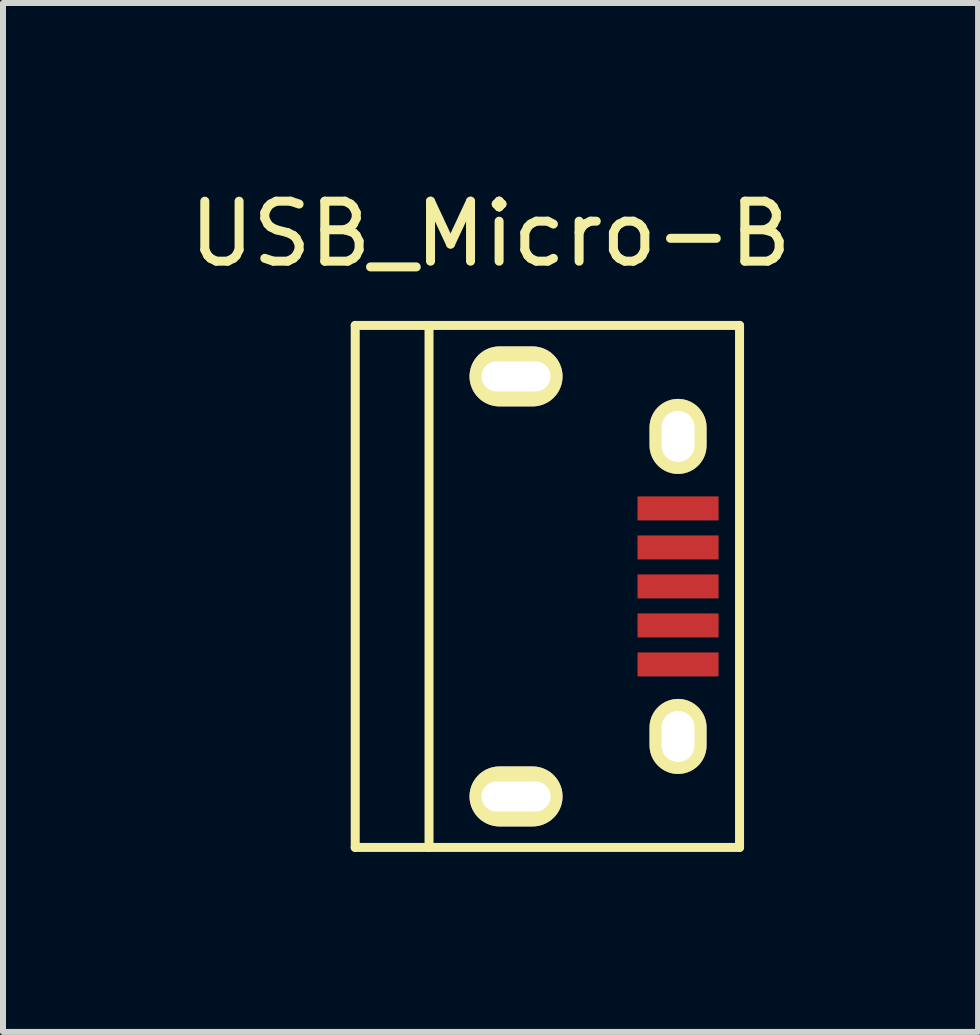
<source format=kicad_pcb>
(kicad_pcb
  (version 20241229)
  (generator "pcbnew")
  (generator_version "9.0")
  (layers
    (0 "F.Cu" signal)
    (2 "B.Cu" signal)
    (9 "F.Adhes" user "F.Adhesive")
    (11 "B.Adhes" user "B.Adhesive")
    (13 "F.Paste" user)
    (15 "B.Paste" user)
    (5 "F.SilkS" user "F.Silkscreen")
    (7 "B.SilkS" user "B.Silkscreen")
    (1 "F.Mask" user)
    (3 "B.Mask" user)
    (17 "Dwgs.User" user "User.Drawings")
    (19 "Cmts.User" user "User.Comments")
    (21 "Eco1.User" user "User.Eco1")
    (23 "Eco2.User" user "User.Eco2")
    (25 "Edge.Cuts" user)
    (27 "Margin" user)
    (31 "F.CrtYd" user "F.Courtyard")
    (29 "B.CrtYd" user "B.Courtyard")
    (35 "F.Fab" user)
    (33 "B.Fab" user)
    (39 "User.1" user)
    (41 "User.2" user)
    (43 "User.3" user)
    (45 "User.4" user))
  (footprint "USB_Micro-B"
    (layer "F.Cu")
    (at 8.25 5.423)
    (property "Reference" "USB_Micro-B" (at -3.125 -4.575 0) (layer "F.SilkS") (effects (font (size 1 1) (thickness 0.15))))
    (attr through_hole)
    (fp_line (start -5.38 -3.05) (end -5.38 5.65) (stroke (width 0.15) (type solid)) (layer "F.SilkS"))
    (fp_line (start -5.38 -3.05) (end 1.025 -3.05) (stroke (width 0.15) (type solid)) (layer "F.SilkS"))
    (fp_line (start -4.15 5.65) (end -4.15 -3.05) (stroke (width 0.15) (type solid)) (layer "F.SilkS"))
    (fp_line (start 1.025 -3.05) (end 1.025 5.65) (stroke (width 0.15) (type solid)) (layer "F.SilkS"))
    (fp_line (start 1.025 5.65) (end -5.38 5.65) (stroke (width 0.15) (type solid)) (layer "F.SilkS"))
    (pad "1" smd rect (at 0 0) (size 1.35 0.4) (layers "F.Cu" "F.Mask"))
    (pad "2" smd rect (at 0 0.65) (size 1.35 0.4) (layers "F.Cu" "F.Mask"))
    (pad "3" smd rect (at 0 1.3) (size 1.35 0.4) (layers "F.Cu" "F.Mask"))
    (pad "4" smd rect (at 0 1.95) (size 1.35 0.4) (layers "F.Cu" "F.Mask"))
    (pad "5" smd rect (at 0 2.6) (size 1.35 0.4) (layers "F.Cu" "F.Mask"))
    (pad "6" thru_hole oval (at 0 -1.2) (size 0.95 1.25) (drill oval 0.55 0.85) (layers "*.Cu" "*.Mask" "F.SilkS"))
    (pad "7" thru_hole oval (at 0 3.8) (size 0.95 1.25) (drill oval 0.55 0.85) (layers "*.Cu" "*.Mask" "F.SilkS"))
    (pad "8" thru_hole oval (at -2.7 -2.2) (size 1.55 1) (drill oval 1.15 0.5) (layers "*.Cu" "*.Mask" "F.SilkS"))
    (pad "9" thru_hole oval (at -2.7 4.8) (size 1.55 1) (drill oval 1.15 0.5) (layers "*.Cu" "*.Mask" "F.SilkS")))
  (gr_rect
    (start -3 -3)
    (end 13.25 14.148)
    (stroke (width 0.1) (type default))
    (fill no)
    (layer "Edge.Cuts")))
</source>
